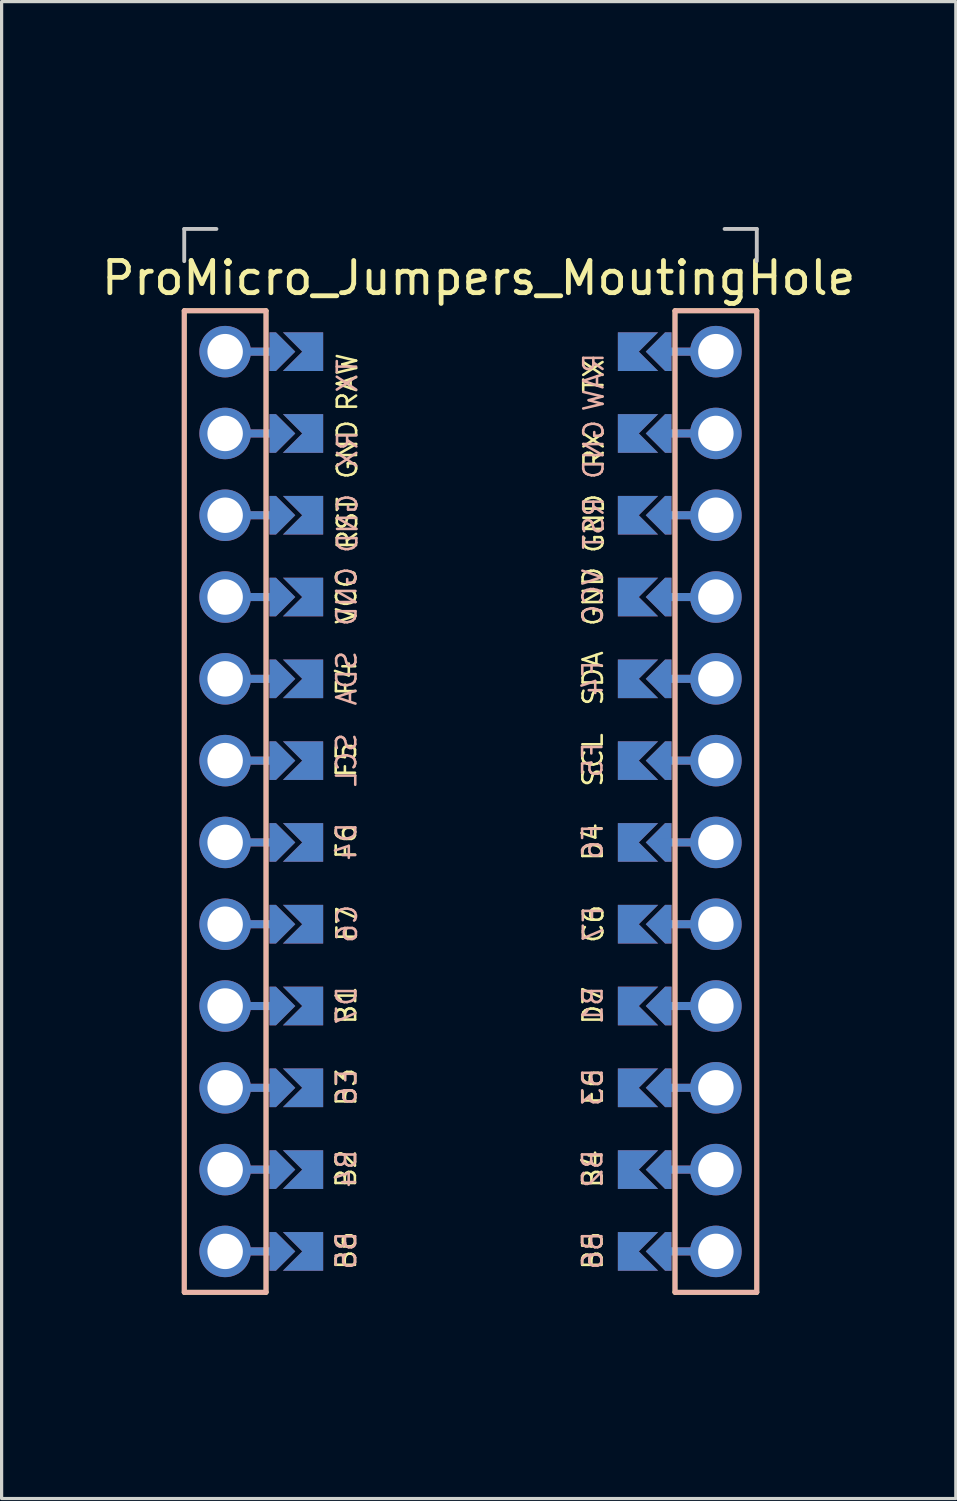
<source format=kicad_pcb>
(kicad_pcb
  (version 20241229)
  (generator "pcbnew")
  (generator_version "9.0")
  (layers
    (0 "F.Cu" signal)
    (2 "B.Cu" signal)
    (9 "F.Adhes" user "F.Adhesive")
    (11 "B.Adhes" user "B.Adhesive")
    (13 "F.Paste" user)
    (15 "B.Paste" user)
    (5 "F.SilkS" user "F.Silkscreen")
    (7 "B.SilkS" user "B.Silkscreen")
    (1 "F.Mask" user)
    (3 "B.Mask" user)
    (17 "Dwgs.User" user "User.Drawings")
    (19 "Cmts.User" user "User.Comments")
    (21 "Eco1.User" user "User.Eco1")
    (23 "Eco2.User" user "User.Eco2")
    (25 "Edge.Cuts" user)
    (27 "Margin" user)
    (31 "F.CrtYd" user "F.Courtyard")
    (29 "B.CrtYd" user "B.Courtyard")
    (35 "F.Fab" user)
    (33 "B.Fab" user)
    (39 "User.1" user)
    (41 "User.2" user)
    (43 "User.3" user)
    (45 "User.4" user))
  (footprint "ProMicro_Jumpers_MoutingHole"
    (layer "F.Cu")
    (at 11.561 21.84)
    (property "Reference" "ProMicro_Jumpers_MoutingHole" (at 0.254 -16.256 0) (layer "F.SilkS") (effects (font (size 1 1) (thickness 0.15))))
    (fp_poly (pts (xy -5.08 -14.478) (xy -5.08 -13.462) (xy -6.096 -13.462) (xy -6.096 -14.478)) (stroke (width 0.1) (type solid)) (fill yes) (layer "F.Mask"))
    (fp_poly (pts (xy -5.08 -11.938) (xy -5.08 -10.922) (xy -6.096 -10.922) (xy -6.096 -11.938)) (stroke (width 0.1) (type solid)) (fill yes) (layer "F.Mask"))
    (fp_poly (pts (xy -5.08 -9.398) (xy -5.08 -8.382) (xy -6.096 -8.382) (xy -6.096 -9.398)) (stroke (width 0.1) (type solid)) (fill yes) (layer "F.Mask"))
    (fp_poly (pts (xy -5.08 -6.858) (xy -5.08 -5.842) (xy -6.096 -5.842) (xy -6.096 -6.858)) (stroke (width 0.1) (type solid)) (fill yes) (layer "F.Mask"))
    (fp_poly (pts (xy -5.08 -4.318) (xy -5.08 -3.302) (xy -6.096 -3.302) (xy -6.096 -4.318)) (stroke (width 0.1) (type solid)) (fill yes) (layer "F.Mask"))
    (fp_poly (pts (xy -5.08 -1.778) (xy -5.08 -0.762) (xy -6.096 -0.762) (xy -6.096 -1.778)) (stroke (width 0.1) (type solid)) (fill yes) (layer "F.Mask"))
    (fp_poly (pts (xy -5.08 0.762) (xy -5.08 1.778) (xy -6.096 1.778) (xy -6.096 0.762)) (stroke (width 0.1) (type solid)) (fill yes) (layer "F.Mask"))
    (fp_poly (pts (xy -5.08 3.302) (xy -5.08 4.318) (xy -6.096 4.318) (xy -6.096 3.302)) (stroke (width 0.1) (type solid)) (fill yes) (layer "F.Mask"))
    (fp_poly (pts (xy -5.08 5.842) (xy -5.08 6.858) (xy -6.096 6.858) (xy -6.096 5.842)) (stroke (width 0.1) (type solid)) (fill yes) (layer "F.Mask"))
    (fp_poly (pts (xy -5.08 8.382) (xy -5.08 9.398) (xy -6.096 9.398) (xy -6.096 8.382)) (stroke (width 0.1) (type solid)) (fill yes) (layer "F.Mask"))
    (fp_poly (pts (xy -5.08 10.922) (xy -5.08 11.938) (xy -6.096 11.938) (xy -6.096 10.922)) (stroke (width 0.1) (type solid)) (fill yes) (layer "F.Mask"))
    (fp_poly (pts (xy -5.08 13.462) (xy -5.08 14.478) (xy -6.096 14.478) (xy -6.096 13.462)) (stroke (width 0.1) (type solid)) (fill yes) (layer "F.Mask"))
    (fp_poly (pts (xy 5.08 -13.462) (xy 5.08 -14.478) (xy 6.096 -14.478) (xy 6.096 -13.462)) (stroke (width 0.1) (type solid)) (fill yes) (layer "F.Mask"))
    (fp_poly (pts (xy 5.08 -10.922) (xy 5.08 -11.938) (xy 6.096 -11.938) (xy 6.096 -10.922)) (stroke (width 0.1) (type solid)) (fill yes) (layer "F.Mask"))
    (fp_poly (pts (xy 5.08 -8.382) (xy 5.08 -9.398) (xy 6.096 -9.398) (xy 6.096 -8.382)) (stroke (width 0.1) (type solid)) (fill yes) (layer "F.Mask"))
    (fp_poly (pts (xy 5.08 -5.842) (xy 5.08 -6.858) (xy 6.096 -6.858) (xy 6.096 -5.842)) (stroke (width 0.1) (type solid)) (fill yes) (layer "F.Mask"))
    (fp_poly (pts (xy 5.08 -3.302) (xy 5.08 -4.318) (xy 6.096 -4.318) (xy 6.096 -3.302)) (stroke (width 0.1) (type solid)) (fill yes) (layer "F.Mask"))
    (fp_poly (pts (xy 5.08 -0.762) (xy 5.08 -1.778) (xy 6.096 -1.778) (xy 6.096 -0.762)) (stroke (width 0.1) (type solid)) (fill yes) (layer "F.Mask"))
    (fp_poly (pts (xy 5.08 1.778) (xy 5.08 0.762) (xy 6.096 0.762) (xy 6.096 1.778)) (stroke (width 0.1) (type solid)) (fill yes) (layer "F.Mask"))
    (fp_poly (pts (xy 5.08 4.318) (xy 5.08 3.302) (xy 6.096 3.302) (xy 6.096 4.318)) (stroke (width 0.1) (type solid)) (fill yes) (layer "F.Mask"))
    (fp_poly (pts (xy 5.08 6.858) (xy 5.08 5.842) (xy 6.096 5.842) (xy 6.096 6.858)) (stroke (width 0.1) (type solid)) (fill yes) (layer "F.Mask"))
    (fp_poly (pts (xy 5.08 9.398) (xy 5.08 8.382) (xy 6.096 8.382) (xy 6.096 9.398)) (stroke (width 0.1) (type solid)) (fill yes) (layer "F.Mask"))
    (fp_poly (pts (xy 5.08 11.938) (xy 5.08 10.922) (xy 6.096 10.922) (xy 6.096 11.938)) (stroke (width 0.1) (type solid)) (fill yes) (layer "F.Mask"))
    (fp_poly (pts (xy 5.08 14.478) (xy 5.08 13.462) (xy 6.096 13.462) (xy 6.096 14.478)) (stroke (width 0.1) (type solid)) (fill yes) (layer "F.Mask"))
    (fp_poly (pts (xy -5.08 -14.478) (xy -5.08 -13.462) (xy -6.096 -13.462) (xy -6.096 -14.478)) (stroke (width 0.1) (type solid)) (fill yes) (layer "B.Mask"))
    (fp_poly (pts (xy -5.08 -11.938) (xy -5.08 -10.922) (xy -6.096 -10.922) (xy -6.096 -11.938)) (stroke (width 0.1) (type solid)) (fill yes) (layer "B.Mask"))
    (fp_poly (pts (xy -5.08 -9.398) (xy -5.08 -8.382) (xy -6.096 -8.382) (xy -6.096 -9.398)) (stroke (width 0.1) (type solid)) (fill yes) (layer "B.Mask"))
    (fp_poly (pts (xy -5.08 -6.858) (xy -5.08 -5.842) (xy -6.096 -5.842) (xy -6.096 -6.858)) (stroke (width 0.1) (type solid)) (fill yes) (layer "B.Mask"))
    (fp_poly (pts (xy -5.08 -4.318) (xy -5.08 -3.302) (xy -6.096 -3.302) (xy -6.096 -4.318)) (stroke (width 0.1) (type solid)) (fill yes) (layer "B.Mask"))
    (fp_poly (pts (xy -5.08 -1.778) (xy -5.08 -0.762) (xy -6.096 -0.762) (xy -6.096 -1.778)) (stroke (width 0.1) (type solid)) (fill yes) (layer "B.Mask"))
    (fp_poly (pts (xy -5.08 0.762) (xy -5.08 1.778) (xy -6.096 1.778) (xy -6.096 0.762)) (stroke (width 0.1) (type solid)) (fill yes) (layer "B.Mask"))
    (fp_poly (pts (xy -5.08 3.302) (xy -5.08 4.318) (xy -6.096 4.318) (xy -6.096 3.302)) (stroke (width 0.1) (type solid)) (fill yes) (layer "B.Mask"))
    (fp_poly (pts (xy -5.08 5.842) (xy -5.08 6.858) (xy -6.096 6.858) (xy -6.096 5.842)) (stroke (width 0.1) (type solid)) (fill yes) (layer "B.Mask"))
    (fp_poly (pts (xy -5.08 8.382) (xy -5.08 9.398) (xy -6.096 9.398) (xy -6.096 8.382)) (stroke (width 0.1) (type solid)) (fill yes) (layer "B.Mask"))
    (fp_poly (pts (xy -5.08 10.922) (xy -5.08 11.938) (xy -6.096 11.938) (xy -6.096 10.922)) (stroke (width 0.1) (type solid)) (fill yes) (layer "B.Mask"))
    (fp_poly (pts (xy -5.08 13.462) (xy -5.08 14.478) (xy -6.096 14.478) (xy -6.096 13.462)) (stroke (width 0.1) (type solid)) (fill yes) (layer "B.Mask"))
    (fp_poly (pts (xy 5.08 -13.462) (xy 5.08 -14.478) (xy 6.096 -14.478) (xy 6.096 -13.462)) (stroke (width 0.1) (type solid)) (fill yes) (layer "B.Mask"))
    (fp_poly (pts (xy 5.08 -10.922) (xy 5.08 -11.938) (xy 6.096 -11.938) (xy 6.096 -10.922)) (stroke (width 0.1) (type solid)) (fill yes) (layer "B.Mask"))
    (fp_poly (pts (xy 5.08 -8.382) (xy 5.08 -9.398) (xy 6.096 -9.398) (xy 6.096 -8.382)) (stroke (width 0.1) (type solid)) (fill yes) (layer "B.Mask"))
    (fp_poly (pts (xy 5.08 -5.842) (xy 5.08 -6.858) (xy 6.096 -6.858) (xy 6.096 -5.842)) (stroke (width 0.1) (type solid)) (fill yes) (layer "B.Mask"))
    (fp_poly (pts (xy 5.08 -3.302) (xy 5.08 -4.318) (xy 6.096 -4.318) (xy 6.096 -3.302)) (stroke (width 0.1) (type solid)) (fill yes) (layer "B.Mask"))
    (fp_poly (pts (xy 5.08 -0.762) (xy 5.08 -1.778) (xy 6.096 -1.778) (xy 6.096 -0.762)) (stroke (width 0.1) (type solid)) (fill yes) (layer "B.Mask"))
    (fp_poly (pts (xy 5.08 1.778) (xy 5.08 0.762) (xy 6.096 0.762) (xy 6.096 1.778)) (stroke (width 0.1) (type solid)) (fill yes) (layer "B.Mask"))
    (fp_poly (pts (xy 5.08 4.318) (xy 5.08 3.302) (xy 6.096 3.302) (xy 6.096 4.318)) (stroke (width 0.1) (type solid)) (fill yes) (layer "B.Mask"))
    (fp_poly (pts (xy 5.08 6.858) (xy 5.08 5.842) (xy 6.096 5.842) (xy 6.096 6.858)) (stroke (width 0.1) (type solid)) (fill yes) (layer "B.Mask"))
    (fp_poly (pts (xy 5.08 9.398) (xy 5.08 8.382) (xy 6.096 8.382) (xy 6.096 9.398)) (stroke (width 0.1) (type solid)) (fill yes) (layer "B.Mask"))
    (fp_poly (pts (xy 5.08 11.938) (xy 5.08 10.922) (xy 6.096 10.922) (xy 6.096 11.938)) (stroke (width 0.1) (type solid)) (fill yes) (layer "B.Mask"))
    (fp_poly (pts (xy 5.08 14.478) (xy 5.08 13.462) (xy 6.096 13.462) (xy 6.096 14.478)) (stroke (width 0.1) (type solid)) (fill yes) (layer "B.Mask"))
    (fp_line (start -8.89 -15.24) (end -8.89 15.24) (stroke (width 0.15) (type solid)) (layer "F.SilkS"))
    (fp_line (start -8.89 -15.24) (end -6.35 -15.24) (stroke (width 0.15) (type solid)) (layer "F.SilkS"))
    (fp_line (start -6.35 -15.24) (end -6.35 15.24) (stroke (width 0.15) (type solid)) (layer "F.SilkS"))
    (fp_line (start -6.35 15.24) (end -8.89 15.24) (stroke (width 0.15) (type solid)) (layer "F.SilkS"))
    (fp_line (start 6.35 -15.24) (end 6.35 15.24) (stroke (width 0.15) (type solid)) (layer "F.SilkS"))
    (fp_line (start 6.35 -15.24) (end 8.89 -15.24) (stroke (width 0.15) (type solid)) (layer "F.SilkS"))
    (fp_line (start 6.35 15.24) (end 8.89 15.24) (stroke (width 0.15) (type solid)) (layer "F.SilkS"))
    (fp_line (start 8.89 -15.24) (end 8.89 15.24) (stroke (width 0.15) (type solid)) (layer "F.SilkS"))
    (fp_line (start -8.89 -15.24) (end -8.89 15.24) (stroke (width 0.15) (type solid)) (layer "B.SilkS"))
    (fp_line (start -8.89 -15.24) (end -6.35 -15.24) (stroke (width 0.15) (type solid)) (layer "B.SilkS"))
    (fp_line (start -6.35 -15.24) (end -6.35 15.24) (stroke (width 0.15) (type solid)) (layer "B.SilkS"))
    (fp_line (start -6.35 15.24) (end -8.89 15.24) (stroke (width 0.15) (type solid)) (layer "B.SilkS"))
    (fp_line (start 6.35 -15.24) (end 6.35 15.24) (stroke (width 0.15) (type solid)) (layer "B.SilkS"))
    (fp_line (start 6.35 -15.24) (end 8.89 -15.24) (stroke (width 0.15) (type solid)) (layer "B.SilkS"))
    (fp_line (start 6.35 15.24) (end 8.89 15.24) (stroke (width 0.15) (type solid)) (layer "B.SilkS"))
    (fp_line (start 8.89 -15.24) (end 8.89 15.24) (stroke (width 0.15) (type solid)) (layer "B.SilkS"))
    (fp_line (start -8.89 -17.78) (end -8.89 -16.78) (stroke (width 0.12) (type solid)) (layer "Dwgs.User"))
    (fp_line (start -8.89 -17.78) (end -7.89 -17.78) (stroke (width 0.12) (type solid)) (layer "Dwgs.User"))
    (fp_line (start 8.89 -17.78) (end 7.89 -17.78) (stroke (width 0.12) (type solid)) (layer "Dwgs.User"))
    (fp_line (start 8.89 -17.78) (end 8.89 -16.78) (stroke (width 0.12) (type solid)) (layer "Dwgs.User"))
    (fp_rect (start -8.89 -21.78) (end 8.89 18.585) (stroke (width 0.12) (type solid)) (fill no) (layer "Eco1.User"))
    (fp_circle (center -7.62 -13.97) (end -6.82 -13.97) (stroke (width 0.12) (type solid)) (fill no) (layer "Eco1.User"))
    (fp_circle (center -7.62 -11.43) (end -6.82 -11.43) (stroke (width 0.12) (type solid)) (fill no) (layer "Eco1.User"))
    (fp_circle (center -7.62 -8.89) (end -6.82 -8.89) (stroke (width 0.12) (type solid)) (fill no) (layer "Eco1.User"))
    (fp_circle (center -7.62 -6.35) (end -6.82 -6.35) (stroke (width 0.12) (type solid)) (fill no) (layer "Eco1.User"))
    (fp_circle (center -7.62 -3.81) (end -6.82 -3.81) (stroke (width 0.12) (type solid)) (fill no) (layer "Eco1.User"))
    (fp_circle (center -7.62 -1.27) (end -6.82 -1.27) (stroke (width 0.12) (type solid)) (fill no) (layer "Eco1.User"))
    (fp_circle (center -7.62 1.27) (end -6.82 1.27) (stroke (width 0.12) (type solid)) (fill no) (layer "Eco1.User"))
    (fp_circle (center -7.62 3.81) (end -6.82 3.81) (stroke (width 0.12) (type solid)) (fill no) (layer "Eco1.User"))
    (fp_circle (center -7.62 6.35) (end -6.82 6.35) (stroke (width 0.12) (type solid)) (fill no) (layer "Eco1.User"))
    (fp_circle (center -7.62 8.89) (end -6.82 8.89) (stroke (width 0.12) (type solid)) (fill no) (layer "Eco1.User"))
    (fp_circle (center -7.62 11.43) (end -6.82 11.43) (stroke (width 0.12) (type solid)) (fill no) (layer "Eco1.User"))
    (fp_circle (center -7.62 13.97) (end -6.82 13.97) (stroke (width 0.12) (type solid)) (fill no) (layer "Eco1.User"))
    (fp_circle (center -6.79 -19.48) (end -5.69 -19.48) (stroke (width 0.12) (type solid)) (fill no) (layer "Eco1.User"))
    (fp_circle (center -6.79 -19.48) (end -5.29 -19.48) (stroke (width 0.12) (type solid)) (fill no) (layer "Eco1.User"))
    (fp_circle (center 0 16.24) (end 1.1 16.24) (stroke (width 0.12) (type solid)) (fill no) (layer "Eco1.User"))
    (fp_circle (center 0 16.24) (end 1.5 16.24) (stroke (width 0.12) (type solid)) (fill no) (layer "Eco1.User"))
    (fp_circle (center 6.79 -19.48) (end 7.89 -19.48) (stroke (width 0.12) (type solid)) (fill no) (layer "Eco1.User"))
    (fp_circle (center 6.79 -19.48) (end 8.29 -19.48) (stroke (width 0.12) (type solid)) (fill no) (layer "Eco1.User"))
    (fp_circle (center 7.62 -13.97) (end 8.42 -13.97) (stroke (width 0.12) (type solid)) (fill no) (layer "Eco1.User"))
    (fp_circle (center 7.62 -11.43) (end 8.42 -11.43) (stroke (width 0.12) (type solid)) (fill no) (layer "Eco1.User"))
    (fp_circle (center 7.62 -8.89) (end 8.42 -8.89) (stroke (width 0.12) (type solid)) (fill no) (layer "Eco1.User"))
    (fp_circle (center 7.62 -6.35) (end 8.42 -6.35) (stroke (width 0.12) (type solid)) (fill no) (layer "Eco1.User"))
    (fp_circle (center 7.62 -3.81) (end 8.42 -3.81) (stroke (width 0.12) (type solid)) (fill no) (layer "Eco1.User"))
    (fp_circle (center 7.62 -1.27) (end 8.42 -1.27) (stroke (width 0.12) (type solid)) (fill no) (layer "Eco1.User"))
    (fp_circle (center 7.62 1.27) (end 8.42 1.27) (stroke (width 0.12) (type solid)) (fill no) (layer "Eco1.User"))
    (fp_circle (center 7.62 3.81) (end 8.42 3.81) (stroke (width 0.12) (type solid)) (fill no) (layer "Eco1.User"))
    (fp_circle (center 7.62 6.35) (end 8.42 6.35) (stroke (width 0.12) (type solid)) (fill no) (layer "Eco1.User"))
    (fp_circle (center 7.62 8.89) (end 8.42 8.89) (stroke (width 0.12) (type solid)) (fill no) (layer "Eco1.User"))
    (fp_circle (center 7.62 11.43) (end 8.42 11.43) (stroke (width 0.12) (type solid)) (fill no) (layer "Eco1.User"))
    (fp_circle (center 7.62 13.97) (end 8.42 13.97) (stroke (width 0.12) (type solid)) (fill no) (layer "Eco1.User"))
    (fp_text user "RAW" (at -3.826 -13.02 90) (layer "F.SilkS") (effects (font (size 0.6 0.6) (thickness 0.08))))
    (fp_text user "F5" (at -3.86 -1.294 90) (layer "F.SilkS") (effects (font (size 0.6 0.6) (thickness 0.08))))
    (fp_text user "D4" (at 3.799 1.248 90) (layer "F.SilkS") (effects (font (size 0.6 0.6) (thickness 0.08))))
    (fp_text user "D7" (at 3.802 6.329 90) (layer "F.SilkS") (effects (font (size 0.6 0.6) (thickness 0.08))))
    (fp_text user "F4" (at -3.853 -3.829 90) (layer "F.SilkS") (effects (font (size 0.6 0.6) (thickness 0.08))))
    (fp_text user "GND" (at -3.826 -10.93 90) (layer "F.SilkS") (effects (font (size 0.6 0.6) (thickness 0.08))))
    (fp_text user "B1" (at -3.857 6.327 90) (layer "F.SilkS") (effects (font (size 0.6 0.6) (thickness 0.08))))
    (fp_text user "RST" (at -3.826 -8.64 90) (layer "F.SilkS") (effects (font (size 0.6 0.6) (thickness 0.08))))
    (fp_text user "B6" (at -3.864 13.942 90) (layer "F.SilkS") (effects (font (size 0.6 0.6) (thickness 0.08))))
    (fp_text user "B5" (at 3.795 13.944 90) (layer "F.SilkS") (effects (font (size 0.6 0.6) (thickness 0.08))))
    (fp_text user "B4" (at 3.795 11.404 90) (layer "F.SilkS") (effects (font (size 0.6 0.6) (thickness 0.08))))
    (fp_text user "F7" (at -3.839 3.797 90) (layer "F.SilkS") (effects (font (size 0.6 0.6) (thickness 0.08))))
    (fp_text user "TX" (at 3.826 -13.22 90) (layer "F.SilkS") (effects (font (size 0.6 0.6) (thickness 0.08))))
    (fp_text user "SCL" (at 3.799 -1.292 90) (layer "F.SilkS") (effects (font (size 0.6 0.6) (thickness 0.08))))
    (fp_text user "GND" (at 3.806 -6.367 90) (layer "F.SilkS") (effects (font (size 0.6 0.6) (thickness 0.08))))
    (fp_text user "B2" (at -3.864 11.402 90) (layer "F.SilkS") (effects (font (size 0.6 0.6) (thickness 0.08))))
    (fp_text user "F6" (at -3.86 1.246 90) (layer "F.SilkS") (effects (font (size 0.6 0.6) (thickness 0.08))))
    (fp_text user "E6" (at 3.802 8.869 90) (layer "F.SilkS") (effects (font (size 0.6 0.6) (thickness 0.08))))
    (fp_text user "SDA" (at 3.806 -3.827 90) (layer "F.SilkS") (effects (font (size 0.6 0.6) (thickness 0.08))))
    (fp_text user "B3" (at -3.857 8.867 90) (layer "F.SilkS") (effects (font (size 0.6 0.6) (thickness 0.08))))
    (fp_text user "C6" (at 3.82 3.798 90) (layer "F.SilkS") (effects (font (size 0.6 0.6) (thickness 0.08))))
    (fp_text user "GND" (at 3.833 -8.638 90) (layer "F.SilkS") (effects (font (size 0.6 0.6) (thickness 0.08))))
    (fp_text user "VCC" (at -3.853 -6.369 90) (layer "F.SilkS") (effects (font (size 0.6 0.6) (thickness 0.08))))
    (fp_text user "RX" (at 3.833 -10.928 90) (layer "F.SilkS") (effects (font (size 0.6 0.6) (thickness 0.08))))
    (fp_text user "F4" (at 3.799 -3.829 90) (layer "B.SilkS") (effects (font (size 0.6 0.6) (thickness 0.08)) (justify mirror)))
    (fp_text user "F6" (at 3.792 1.246 90) (layer "B.SilkS") (effects (font (size 0.6 0.6) (thickness 0.08)) (justify mirror)))
    (fp_text user "D4" (at -3.853 1.248 90) (layer "B.SilkS") (effects (font (size 0.6 0.6) (thickness 0.08)) (justify mirror)))
    (fp_text user "VCC" (at 3.799 -6.369 90) (layer "B.SilkS") (effects (font (size 0.6 0.6) (thickness 0.08)) (justify mirror)))
    (fp_text user "B5" (at -3.857 13.944 90) (layer "B.SilkS") (effects (font (size 0.6 0.6) (thickness 0.08)) (justify mirror)))
    (fp_text user "F5" (at 3.792 -1.294 90) (layer "B.SilkS") (effects (font (size 0.6 0.6) (thickness 0.08)) (justify mirror)))
    (fp_text user "B4" (at -3.857 11.404 90) (layer "B.SilkS") (effects (font (size 0.6 0.6) (thickness 0.08)) (justify mirror)))
    (fp_text user "B2" (at 3.788 11.402 90) (layer "B.SilkS") (effects (font (size 0.6 0.6) (thickness 0.08)) (justify mirror)))
    (fp_text user "RX" (at -3.819 -10.928 90) (layer "B.SilkS") (effects (font (size 0.6 0.6) (thickness 0.08)) (justify mirror)))
    (fp_text user "B1" (at 3.795 6.327 90) (layer "B.SilkS") (effects (font (size 0.6 0.6) (thickness 0.08)) (justify mirror)))
    (fp_text user "D7" (at -3.85 6.329 90) (layer "B.SilkS") (effects (font (size 0.6 0.6) (thickness 0.08)) (justify mirror)))
    (fp_text user "F7" (at 3.813 3.797 90) (layer "B.SilkS") (effects (font (size 0.6 0.6) (thickness 0.08)) (justify mirror)))
    (fp_text user "GND" (at 3.826 -10.93 90) (layer "B.SilkS") (effects (font (size 0.6 0.6) (thickness 0.08)) (justify mirror)))
    (fp_text user "C6" (at -3.832 3.798 90) (layer "B.SilkS") (effects (font (size 0.6 0.6) (thickness 0.08)) (justify mirror)))
    (fp_text user "RAW" (at 3.826 -13.02 90) (layer "B.SilkS") (effects (font (size 0.6 0.6) (thickness 0.08)) (justify mirror)))
    (fp_text user "RST" (at 3.826 -8.64 90) (layer "B.SilkS") (effects (font (size 0.6 0.6) (thickness 0.08)) (justify mirror)))
    (fp_text user "B6" (at 3.788 13.942 90) (layer "B.SilkS") (effects (font (size 0.6 0.6) (thickness 0.08)) (justify mirror)))
    (fp_text user "E6" (at -3.85 8.869 90) (layer "B.SilkS") (effects (font (size 0.6 0.6) (thickness 0.08)) (justify mirror)))
    (fp_text user "SDA" (at -3.846 -3.827 90) (layer "B.SilkS") (effects (font (size 0.6 0.6) (thickness 0.08)) (justify mirror)))
    (fp_text user "B3" (at 3.795 8.867 90) (layer "B.SilkS") (effects (font (size 0.6 0.6) (thickness 0.08)) (justify mirror)))
    (fp_text user "GND" (at -3.846 -6.367 90) (layer "B.SilkS") (effects (font (size 0.6 0.6) (thickness 0.08)) (justify mirror)))
    (fp_text user "TX" (at -3.826 -13.22 90) (layer "B.SilkS") (effects (font (size 0.6 0.6) (thickness 0.08)) (justify mirror)))
    (fp_text user "GND" (at -3.819 -8.638 90) (layer "B.SilkS") (effects (font (size 0.6 0.6) (thickness 0.08)) (justify mirror)))
    (fp_text user "SCL" (at -3.853 -1.292 90) (layer "B.SilkS") (effects (font (size 0.6 0.6) (thickness 0.08)) (justify mirror)))
    (pad "" thru_hole circle (at -7.62 -13.97 270) (size 1.6 1.6) (drill 1.1) (layers "*.Cu" "*.Mask"))
    (pad "" thru_hole circle (at -7.62 -11.43 270) (size 1.6 1.6) (drill 1.1) (layers "*.Cu" "*.Mask"))
    (pad "" thru_hole circle (at -7.62 -8.89 270) (size 1.6 1.6) (drill 1.1) (layers "*.Cu" "*.Mask"))
    (pad "" thru_hole circle (at -7.62 -6.35 270) (size 1.6 1.6) (drill 1.1) (layers "*.Cu" "*.Mask"))
    (pad "" thru_hole circle (at -7.62 -3.81 270) (size 1.6 1.6) (drill 1.1) (layers "*.Cu" "*.Mask"))
    (pad "" thru_hole circle (at -7.62 -1.27 270) (size 1.6 1.6) (drill 1.1) (layers "*.Cu" "*.Mask"))
    (pad "" thru_hole circle (at -7.62 1.27 270) (size 1.6 1.6) (drill 1.1) (layers "*.Cu" "*.Mask"))
    (pad "" thru_hole circle (at -7.62 3.81 270) (size 1.6 1.6) (drill 1.1) (layers "*.Cu" "*.Mask"))
    (pad "" thru_hole circle (at -7.62 6.35 270) (size 1.6 1.6) (drill 1.1) (layers "*.Cu" "*.Mask"))
    (pad "" thru_hole circle (at -7.62 8.89 270) (size 1.6 1.6) (drill 1.1) (layers "*.Cu" "*.Mask"))
    (pad "" thru_hole circle (at -7.62 11.43 270) (size 1.6 1.6) (drill 1.1) (layers "*.Cu" "*.Mask"))
    (pad "" thru_hole circle (at -7.62 13.97 270) (size 1.6 1.6) (drill 1.1) (layers "*.Cu" "*.Mask"))
    (pad "" smd custom (at -6.35 -13.97 90) (size 0.25 1) (layers "F.Cu") (options (anchor rect)) (primitives))
    (pad "" smd custom (at -6.35 -13.97 90) (size 0.25 1) (layers "B.Cu") (options (anchor rect)) (primitives))
    (pad "" smd custom (at -6.35 -11.43 90) (size 0.25 1) (layers "F.Cu") (options (anchor rect)) (primitives))
    (pad "" smd custom (at -6.35 -11.43 90) (size 0.25 1) (layers "B.Cu") (options (anchor rect)) (primitives))
    (pad "" smd custom (at -6.35 -8.89 90) (size 0.25 1) (layers "F.Cu") (options (anchor rect)) (primitives))
    (pad "" smd custom (at -6.35 -8.89 90) (size 0.25 1) (layers "B.Cu") (options (anchor rect)) (primitives))
    (pad "" smd custom (at -6.35 -6.35 90) (size 0.25 1) (layers "F.Cu") (options (anchor rect)) (primitives))
    (pad "" smd custom (at -6.35 -6.35 90) (size 0.25 1) (layers "B.Cu") (options (anchor rect)) (primitives))
    (pad "" smd custom (at -6.35 -3.81 90) (size 0.25 1) (layers "F.Cu") (options (anchor rect)) (primitives))
    (pad "" smd custom (at -6.35 -3.81 90) (size 0.25 1) (layers "B.Cu") (options (anchor rect)) (primitives))
    (pad "" smd custom (at -6.35 -1.27 90) (size 0.25 1) (layers "F.Cu") (options (anchor rect)) (primitives))
    (pad "" smd custom (at -6.35 -1.27 90) (size 0.25 1) (layers "B.Cu") (options (anchor rect)) (primitives))
    (pad "" smd custom (at -6.35 1.27 90) (size 0.25 1) (layers "F.Cu") (options (anchor rect)) (primitives))
    (pad "" smd custom (at -6.35 1.27 90) (size 0.25 1) (layers "B.Cu") (options (anchor rect)) (primitives))
    (pad "" smd custom (at -6.35 3.81 90) (size 0.25 1) (layers "F.Cu") (options (anchor rect)) (primitives))
    (pad "" smd custom (at -6.35 3.81 90) (size 0.25 1) (layers "B.Cu") (options (anchor rect)) (primitives))
    (pad "" smd custom (at -6.35 6.35 90) (size 0.25 1) (layers "F.Cu") (options (anchor rect)) (primitives))
    (pad "" smd custom (at -6.35 6.35 90) (size 0.25 1) (layers "B.Cu") (options (anchor rect)) (primitives))
    (pad "" smd custom (at -6.35 8.89 90) (size 0.25 1) (layers "F.Cu") (options (anchor rect)) (primitives))
    (pad "" smd custom (at -6.35 8.89 90) (size 0.25 1) (layers "B.Cu") (options (anchor rect)) (primitives))
    (pad "" smd custom (at -6.35 11.43 90) (size 0.25 1) (layers "F.Cu") (options (anchor rect)) (primitives))
    (pad "" smd custom (at -6.35 11.43 90) (size 0.25 1) (layers "B.Cu") (options (anchor rect)) (primitives))
    (pad "" smd custom (at -6.35 13.97 90) (size 0.25 1) (layers "F.Cu") (options (anchor rect)) (primitives))
    (pad "" smd custom (at -6.35 13.97 90) (size 0.25 1) (layers "B.Cu") (options (anchor rect)) (primitives))
    (pad "" smd custom (at -5.842 -13.97 90) (size 0.1 0.1) (layers "F.Cu" "F.Mask") (options (anchor rect)) (primitives (gr_poly (pts (xy 0.6 -0.2) (xy 0 0.4) (xy -0.6 -0.2) (xy -0.6 -0.4) (xy 0.6 -0.4)) (width 0) (fill yes))))
    (pad "" smd custom (at -5.842 -13.97 90) (size 0.1 0.1) (layers "B.Cu" "B.Mask") (options (anchor rect)) (primitives (gr_poly (pts (xy 0.6 -0.2) (xy 0 0.4) (xy -0.6 -0.2) (xy -0.6 -0.4) (xy 0.6 -0.4)) (width 0) (fill yes))))
    (pad "" smd custom (at -5.842 -11.43 90) (size 0.1 0.1) (layers "F.Cu" "F.Mask") (options (anchor rect)) (primitives (gr_poly (pts (xy 0.6 -0.2) (xy 0 0.4) (xy -0.6 -0.2) (xy -0.6 -0.4) (xy 0.6 -0.4)) (width 0) (fill yes))))
    (pad "" smd custom (at -5.842 -11.43 90) (size 0.1 0.1) (layers "B.Cu" "B.Mask") (options (anchor rect)) (primitives (gr_poly (pts (xy 0.6 -0.2) (xy 0 0.4) (xy -0.6 -0.2) (xy -0.6 -0.4) (xy 0.6 -0.4)) (width 0) (fill yes))))
    (pad "" smd custom (at -5.842 -8.89 90) (size 0.1 0.1) (layers "F.Cu" "F.Mask") (options (anchor rect)) (primitives (gr_poly (pts (xy 0.6 -0.2) (xy 0 0.4) (xy -0.6 -0.2) (xy -0.6 -0.4) (xy 0.6 -0.4)) (width 0) (fill yes))))
    (pad "" smd custom (at -5.842 -8.89 90) (size 0.1 0.1) (layers "B.Cu" "B.Mask") (options (anchor rect)) (primitives (gr_poly (pts (xy 0.6 -0.2) (xy 0 0.4) (xy -0.6 -0.2) (xy -0.6 -0.4) (xy 0.6 -0.4)) (width 0) (fill yes))))
    (pad "" smd custom (at -5.842 -6.35 90) (size 0.1 0.1) (layers "F.Cu" "F.Mask") (options (anchor rect)) (primitives (gr_poly (pts (xy 0.6 -0.2) (xy 0 0.4) (xy -0.6 -0.2) (xy -0.6 -0.4) (xy 0.6 -0.4)) (width 0) (fill yes))))
    (pad "" smd custom (at -5.842 -6.35 90) (size 0.1 0.1) (layers "B.Cu" "B.Mask") (options (anchor rect)) (primitives (gr_poly (pts (xy 0.6 -0.2) (xy 0 0.4) (xy -0.6 -0.2) (xy -0.6 -0.4) (xy 0.6 -0.4)) (width 0) (fill yes))))
    (pad "" smd custom (at -5.842 -3.81 90) (size 0.1 0.1) (layers "F.Cu" "F.Mask") (options (anchor rect)) (primitives (gr_poly (pts (xy 0.6 -0.2) (xy 0 0.4) (xy -0.6 -0.2) (xy -0.6 -0.4) (xy 0.6 -0.4)) (width 0) (fill yes))))
    (pad "" smd custom (at -5.842 -3.81 90) (size 0.1 0.1) (layers "B.Cu" "B.Mask") (options (anchor rect)) (primitives (gr_poly (pts (xy 0.6 -0.2) (xy 0 0.4) (xy -0.6 -0.2) (xy -0.6 -0.4) (xy 0.6 -0.4)) (width 0) (fill yes))))
    (pad "" smd custom (at -5.842 -1.27 90) (size 0.1 0.1) (layers "F.Cu" "F.Mask") (options (anchor rect)) (primitives (gr_poly (pts (xy 0.6 -0.2) (xy 0 0.4) (xy -0.6 -0.2) (xy -0.6 -0.4) (xy 0.6 -0.4)) (width 0) (fill yes))))
    (pad "" smd custom (at -5.842 -1.27 90) (size 0.1 0.1) (layers "B.Cu" "B.Mask") (options (anchor rect)) (primitives (gr_poly (pts (xy 0.6 -0.2) (xy 0 0.4) (xy -0.6 -0.2) (xy -0.6 -0.4) (xy 0.6 -0.4)) (width 0) (fill yes))))
    (pad "" smd custom (at -5.842 1.27 90) (size 0.1 0.1) (layers "F.Cu" "F.Mask") (options (anchor rect)) (primitives (gr_poly (pts (xy 0.6 -0.2) (xy 0 0.4) (xy -0.6 -0.2) (xy -0.6 -0.4) (xy 0.6 -0.4)) (width 0) (fill yes))))
    (pad "" smd custom (at -5.842 1.27 90) (size 0.1 0.1) (layers "B.Cu" "B.Mask") (options (anchor rect)) (primitives (gr_poly (pts (xy 0.6 -0.2) (xy 0 0.4) (xy -0.6 -0.2) (xy -0.6 -0.4) (xy 0.6 -0.4)) (width 0) (fill yes))))
    (pad "" smd custom (at -5.842 3.81 90) (size 0.1 0.1) (layers "F.Cu" "F.Mask") (options (anchor rect)) (primitives (gr_poly (pts (xy 0.6 -0.2) (xy 0 0.4) (xy -0.6 -0.2) (xy -0.6 -0.4) (xy 0.6 -0.4)) (width 0) (fill yes))))
    (pad "" smd custom (at -5.842 3.81 90) (size 0.1 0.1) (layers "B.Cu" "B.Mask") (options (anchor rect)) (primitives (gr_poly (pts (xy 0.6 -0.2) (xy 0 0.4) (xy -0.6 -0.2) (xy -0.6 -0.4) (xy 0.6 -0.4)) (width 0) (fill yes))))
    (pad "" smd custom (at -5.842 6.35 90) (size 0.1 0.1) (layers "F.Cu" "F.Mask") (options (anchor rect)) (primitives (gr_poly (pts (xy 0.6 -0.2) (xy 0 0.4) (xy -0.6 -0.2) (xy -0.6 -0.4) (xy 0.6 -0.4)) (width 0) (fill yes))))
    (pad "" smd custom (at -5.842 6.35 90) (size 0.1 0.1) (layers "B.Cu" "B.Mask") (options (anchor rect)) (primitives (gr_poly (pts (xy 0.6 -0.2) (xy 0 0.4) (xy -0.6 -0.2) (xy -0.6 -0.4) (xy 0.6 -0.4)) (width 0) (fill yes))))
    (pad "" smd custom (at -5.842 8.89 90) (size 0.1 0.1) (layers "F.Cu" "F.Mask") (options (anchor rect)) (primitives (gr_poly (pts (xy 0.6 -0.2) (xy 0 0.4) (xy -0.6 -0.2) (xy -0.6 -0.4) (xy 0.6 -0.4)) (width 0) (fill yes))))
    (pad "" smd custom (at -5.842 8.89 90) (size 0.1 0.1) (layers "B.Cu" "B.Mask") (options (anchor rect)) (primitives (gr_poly (pts (xy 0.6 -0.2) (xy 0 0.4) (xy -0.6 -0.2) (xy -0.6 -0.4) (xy 0.6 -0.4)) (width 0) (fill yes))))
    (pad "" smd custom (at -5.842 11.43 90) (size 0.1 0.1) (layers "F.Cu" "F.Mask") (options (anchor rect)) (primitives (gr_poly (pts (xy 0.6 -0.2) (xy 0 0.4) (xy -0.6 -0.2) (xy -0.6 -0.4) (xy 0.6 -0.4)) (width 0) (fill yes))))
    (pad "" smd custom (at -5.842 11.43 90) (size 0.1 0.1) (layers "B.Cu" "B.Mask") (options (anchor rect)) (primitives (gr_poly (pts (xy 0.6 -0.2) (xy 0 0.4) (xy -0.6 -0.2) (xy -0.6 -0.4) (xy 0.6 -0.4)) (width 0) (fill yes))))
    (pad "" smd custom (at -5.842 13.97 90) (size 0.1 0.1) (layers "F.Cu" "F.Mask") (options (anchor rect)) (primitives (gr_poly (pts (xy 0.6 -0.2) (xy 0 0.4) (xy -0.6 -0.2) (xy -0.6 -0.4) (xy 0.6 -0.4)) (width 0) (fill yes))))
    (pad "" smd custom (at -5.842 13.97 90) (size 0.1 0.1) (layers "B.Cu" "B.Mask") (options (anchor rect)) (primitives (gr_poly (pts (xy 0.6 -0.2) (xy 0 0.4) (xy -0.6 -0.2) (xy -0.6 -0.4) (xy 0.6 -0.4)) (width 0) (fill yes))))
    (pad "" smd custom (at 5.842 -13.97 270) (size 0.1 0.1) (layers "F.Cu" "F.Mask") (options (anchor rect)) (primitives (gr_poly (pts (xy 0.6 -0.2) (xy 0 0.4) (xy -0.6 -0.2) (xy -0.6 -0.4) (xy 0.6 -0.4)) (width 0) (fill yes))))
    (pad "" smd custom (at 5.842 -13.97 270) (size 0.1 0.1) (layers "B.Cu" "B.Mask") (options (anchor rect)) (primitives (gr_poly (pts (xy 0.6 -0.2) (xy 0 0.4) (xy -0.6 -0.2) (xy -0.6 -0.4) (xy 0.6 -0.4)) (width 0) (fill yes))))
    (pad "" smd custom (at 5.842 -11.43 270) (size 0.1 0.1) (layers "F.Cu" "F.Mask") (options (anchor rect)) (primitives (gr_poly (pts (xy 0.6 -0.2) (xy 0 0.4) (xy -0.6 -0.2) (xy -0.6 -0.4) (xy 0.6 -0.4)) (width 0) (fill yes))))
    (pad "" smd custom (at 5.842 -11.43 270) (size 0.1 0.1) (layers "B.Cu" "B.Mask") (options (anchor rect)) (primitives (gr_poly (pts (xy 0.6 -0.2) (xy 0 0.4) (xy -0.6 -0.2) (xy -0.6 -0.4) (xy 0.6 -0.4)) (width 0) (fill yes))))
    (pad "" smd custom (at 5.842 -8.89 270) (size 0.1 0.1) (layers "F.Cu" "F.Mask") (options (anchor rect)) (primitives (gr_poly (pts (xy 0.6 -0.2) (xy 0 0.4) (xy -0.6 -0.2) (xy -0.6 -0.4) (xy 0.6 -0.4)) (width 0) (fill yes))))
    (pad "" smd custom (at 5.842 -8.89 270) (size 0.1 0.1) (layers "B.Cu" "B.Mask") (options (anchor rect)) (primitives (gr_poly (pts (xy 0.6 -0.2) (xy 0 0.4) (xy -0.6 -0.2) (xy -0.6 -0.4) (xy 0.6 -0.4)) (width 0) (fill yes))))
    (pad "" smd custom (at 5.842 -6.35 270) (size 0.1 0.1) (layers "F.Cu" "F.Mask") (options (anchor rect)) (primitives (gr_poly (pts (xy 0.6 -0.2) (xy 0 0.4) (xy -0.6 -0.2) (xy -0.6 -0.4) (xy 0.6 -0.4)) (width 0) (fill yes))))
    (pad "" smd custom (at 5.842 -6.35 270) (size 0.1 0.1) (layers "B.Cu" "B.Mask") (options (anchor rect)) (primitives (gr_poly (pts (xy 0.6 -0.2) (xy 0 0.4) (xy -0.6 -0.2) (xy -0.6 -0.4) (xy 0.6 -0.4)) (width 0) (fill yes))))
    (pad "" smd custom (at 5.842 -3.81 270) (size 0.1 0.1) (layers "F.Cu" "F.Mask") (options (anchor rect)) (primitives (gr_poly (pts (xy 0.6 -0.2) (xy 0 0.4) (xy -0.6 -0.2) (xy -0.6 -0.4) (xy 0.6 -0.4)) (width 0) (fill yes))))
    (pad "" smd custom (at 5.842 -3.81 270) (size 0.1 0.1) (layers "B.Cu" "B.Mask") (options (anchor rect)) (primitives (gr_poly (pts (xy 0.6 -0.2) (xy 0 0.4) (xy -0.6 -0.2) (xy -0.6 -0.4) (xy 0.6 -0.4)) (width 0) (fill yes))))
    (pad "" smd custom (at 5.842 -1.27 270) (size 0.1 0.1) (layers "F.Cu" "F.Mask") (options (anchor rect)) (primitives (gr_poly (pts (xy 0.6 -0.2) (xy 0 0.4) (xy -0.6 -0.2) (xy -0.6 -0.4) (xy 0.6 -0.4)) (width 0) (fill yes))))
    (pad "" smd custom (at 5.842 -1.27 270) (size 0.1 0.1) (layers "B.Cu" "B.Mask") (options (anchor rect)) (primitives (gr_poly (pts (xy 0.6 -0.2) (xy 0 0.4) (xy -0.6 -0.2) (xy -0.6 -0.4) (xy 0.6 -0.4)) (width 0) (fill yes))))
    (pad "" smd custom (at 5.842 1.27 270) (size 0.1 0.1) (layers "F.Cu" "F.Mask") (options (anchor rect)) (primitives (gr_poly (pts (xy 0.6 -0.2) (xy 0 0.4) (xy -0.6 -0.2) (xy -0.6 -0.4) (xy 0.6 -0.4)) (width 0) (fill yes))))
    (pad "" smd custom (at 5.842 1.27 270) (size 0.1 0.1) (layers "B.Cu" "B.Mask") (options (anchor rect)) (primitives (gr_poly (pts (xy 0.6 -0.2) (xy 0 0.4) (xy -0.6 -0.2) (xy -0.6 -0.4) (xy 0.6 -0.4)) (width 0) (fill yes))))
    (pad "" smd custom (at 5.842 3.81 270) (size 0.1 0.1) (layers "F.Cu" "F.Mask") (options (anchor rect)) (primitives (gr_poly (pts (xy 0.6 -0.2) (xy 0 0.4) (xy -0.6 -0.2) (xy -0.6 -0.4) (xy 0.6 -0.4)) (width 0) (fill yes))))
    (pad "" smd custom (at 5.842 3.81 270) (size 0.1 0.1) (layers "B.Cu" "B.Mask") (options (anchor rect)) (primitives (gr_poly (pts (xy 0.6 -0.2) (xy 0 0.4) (xy -0.6 -0.2) (xy -0.6 -0.4) (xy 0.6 -0.4)) (width 0) (fill yes))))
    (pad "" smd custom (at 5.842 6.35 270) (size 0.1 0.1) (layers "F.Cu" "F.Mask") (options (anchor rect)) (primitives (gr_poly (pts (xy 0.6 -0.2) (xy 0 0.4) (xy -0.6 -0.2) (xy -0.6 -0.4) (xy 0.6 -0.4)) (width 0) (fill yes))))
    (pad "" smd custom (at 5.842 6.35 270) (size 0.1 0.1) (layers "B.Cu" "B.Mask") (options (anchor rect)) (primitives (gr_poly (pts (xy 0.6 -0.2) (xy 0 0.4) (xy -0.6 -0.2) (xy -0.6 -0.4) (xy 0.6 -0.4)) (width 0) (fill yes))))
    (pad "" smd custom (at 5.842 8.89 270) (size 0.1 0.1) (layers "F.Cu" "F.Mask") (options (anchor rect)) (primitives (gr_poly (pts (xy 0.6 -0.2) (xy 0 0.4) (xy -0.6 -0.2) (xy -0.6 -0.4) (xy 0.6 -0.4)) (width 0) (fill yes))))
    (pad "" smd custom (at 5.842 8.89 270) (size 0.1 0.1) (layers "B.Cu" "B.Mask") (options (anchor rect)) (primitives (gr_poly (pts (xy 0.6 -0.2) (xy 0 0.4) (xy -0.6 -0.2) (xy -0.6 -0.4) (xy 0.6 -0.4)) (width 0) (fill yes))))
    (pad "" smd custom (at 5.842 11.43 270) (size 0.1 0.1) (layers "F.Cu" "F.Mask") (options (anchor rect)) (primitives (gr_poly (pts (xy 0.6 -0.2) (xy 0 0.4) (xy -0.6 -0.2) (xy -0.6 -0.4) (xy 0.6 -0.4)) (width 0) (fill yes))))
    (pad "" smd custom (at 5.842 11.43 270) (size 0.1 0.1) (layers "B.Cu" "B.Mask") (options (anchor rect)) (primitives (gr_poly (pts (xy 0.6 -0.2) (xy 0 0.4) (xy -0.6 -0.2) (xy -0.6 -0.4) (xy 0.6 -0.4)) (width 0) (fill yes))))
    (pad "" smd custom (at 5.842 13.97 270) (size 0.1 0.1) (layers "F.Cu" "F.Mask") (options (anchor rect)) (primitives (gr_poly (pts (xy 0.6 -0.2) (xy 0 0.4) (xy -0.6 -0.2) (xy -0.6 -0.4) (xy 0.6 -0.4)) (width 0) (fill yes))))
    (pad "" smd custom (at 5.842 13.97 270) (size 0.1 0.1) (layers "B.Cu" "B.Mask") (options (anchor rect)) (primitives (gr_poly (pts (xy 0.6 -0.2) (xy 0 0.4) (xy -0.6 -0.2) (xy -0.6 -0.4) (xy 0.6 -0.4)) (width 0) (fill yes))))
    (pad "" smd custom (at 6.35 -13.97 270) (size 0.25 1) (layers "F.Cu") (options (anchor rect)) (primitives))
    (pad "" smd custom (at 6.35 -13.97 270) (size 0.25 1) (layers "B.Cu") (options (anchor rect)) (primitives))
    (pad "" smd custom (at 6.35 -11.43 270) (size 0.25 1) (layers "F.Cu") (options (anchor rect)) (primitives))
    (pad "" smd custom (at 6.35 -11.43 270) (size 0.25 1) (layers "B.Cu") (options (anchor rect)) (primitives))
    (pad "" smd custom (at 6.35 -8.89 270) (size 0.25 1) (layers "F.Cu") (options (anchor rect)) (primitives))
    (pad "" smd custom (at 6.35 -8.89 270) (size 0.25 1) (layers "B.Cu") (options (anchor rect)) (primitives))
    (pad "" smd custom (at 6.35 -6.35 270) (size 0.25 1) (layers "F.Cu") (options (anchor rect)) (primitives))
    (pad "" smd custom (at 6.35 -6.35 270) (size 0.25 1) (layers "B.Cu") (options (anchor rect)) (primitives))
    (pad "" smd custom (at 6.35 -3.81 270) (size 0.25 1) (layers "F.Cu") (options (anchor rect)) (primitives))
    (pad "" smd custom (at 6.35 -3.81 270) (size 0.25 1) (layers "B.Cu") (options (anchor rect)) (primitives))
    (pad "" smd custom (at 6.35 -1.27 270) (size 0.25 1) (layers "F.Cu") (options (anchor rect)) (primitives))
    (pad "" smd custom (at 6.35 -1.27 270) (size 0.25 1) (layers "B.Cu") (options (anchor rect)) (primitives))
    (pad "" smd custom (at 6.35 1.27 270) (size 0.25 1) (layers "F.Cu") (options (anchor rect)) (primitives))
    (pad "" smd custom (at 6.35 1.27 270) (size 0.25 1) (layers "B.Cu") (options (anchor rect)) (primitives))
    (pad "" smd custom (at 6.35 3.81 270) (size 0.25 1) (layers "F.Cu") (options (anchor rect)) (primitives))
    (pad "" smd custom (at 6.35 3.81 270) (size 0.25 1) (layers "B.Cu") (options (anchor rect)) (primitives))
    (pad "" smd custom (at 6.35 6.35 270) (size 0.25 1) (layers "F.Cu") (options (anchor rect)) (primitives))
    (pad "" smd custom (at 6.35 6.35 270) (size 0.25 1) (layers "B.Cu") (options (anchor rect)) (primitives))
    (pad "" smd custom (at 6.35 8.89 270) (size 0.25 1) (layers "F.Cu") (options (anchor rect)) (primitives))
    (pad "" smd custom (at 6.35 8.89 270) (size 0.25 1) (layers "B.Cu") (options (anchor rect)) (primitives))
    (pad "" smd custom (at 6.35 11.43 270) (size 0.25 1) (layers "F.Cu") (options (anchor rect)) (primitives))
    (pad "" smd custom (at 6.35 11.43 270) (size 0.25 1) (layers "B.Cu") (options (anchor rect)) (primitives))
    (pad "" smd custom (at 6.35 13.97 270) (size 0.25 1) (layers "F.Cu") (options (anchor rect)) (primitives))
    (pad "" smd custom (at 6.35 13.97 270) (size 0.25 1) (layers "B.Cu") (options (anchor rect)) (primitives))
    (pad "" thru_hole circle (at 7.62 -13.97 270) (size 1.6 1.6) (drill 1.1) (layers "*.Cu" "*.Mask"))
    (pad "" thru_hole circle (at 7.62 -11.43 270) (size 1.6 1.6) (drill 1.1) (layers "*.Cu" "*.Mask"))
    (pad "" thru_hole circle (at 7.62 -8.89 270) (size 1.6 1.6) (drill 1.1) (layers "*.Cu" "*.Mask"))
    (pad "" thru_hole circle (at 7.62 -6.35 270) (size 1.6 1.6) (drill 1.1) (layers "*.Cu" "*.Mask"))
    (pad "" thru_hole circle (at 7.62 -3.81 270) (size 1.6 1.6) (drill 1.1) (layers "*.Cu" "*.Mask"))
    (pad "" thru_hole circle (at 7.62 -1.27 270) (size 1.6 1.6) (drill 1.1) (layers "*.Cu" "*.Mask"))
    (pad "" thru_hole circle (at 7.62 1.27 270) (size 1.6 1.6) (drill 1.1) (layers "*.Cu" "*.Mask"))
    (pad "" thru_hole circle (at 7.62 3.81 270) (size 1.6 1.6) (drill 1.1) (layers "*.Cu" "*.Mask"))
    (pad "" thru_hole circle (at 7.62 6.35 270) (size 1.6 1.6) (drill 1.1) (layers "*.Cu" "*.Mask"))
    (pad "" thru_hole circle (at 7.62 8.89 270) (size 1.6 1.6) (drill 1.1) (layers "*.Cu" "*.Mask"))
    (pad "" thru_hole circle (at 7.62 11.43 270) (size 1.6 1.6) (drill 1.1) (layers "*.Cu" "*.Mask"))
    (pad "" thru_hole circle (at 7.62 13.97 270) (size 1.6 1.6) (drill 1.1) (layers "*.Cu" "*.Mask"))
    (pad "1" smd custom (at -4.826 -13.97 90) (size 1.2 0.5) (layers "B.Cu" "B.Mask") (options (anchor rect)) (primitives (gr_poly (pts (xy 0.6 0) (xy -0.6 0) (xy -0.6 -1) (xy 0 -0.4) (xy 0.6 -1)) (width 0) (fill yes))))
    (pad "1" smd custom (at 4.826 -13.97 270) (size 1.2 0.5) (layers "F.Cu" "F.Mask") (options (anchor rect)) (primitives (gr_poly (pts (xy 0.6 0) (xy -0.6 0) (xy -0.6 -1) (xy 0 -0.4) (xy 0.6 -1)) (width 0) (fill yes))))
    (pad "2" smd custom (at -4.826 -11.43 90) (size 1.2 0.5) (layers "B.Cu" "B.Mask") (options (anchor rect)) (primitives (gr_poly (pts (xy 0.6 0) (xy -0.6 0) (xy -0.6 -1) (xy 0 -0.4) (xy 0.6 -1)) (width 0) (fill yes))))
    (pad "2" smd custom (at 4.826 -11.43 270) (size 1.2 0.5) (layers "F.Cu" "F.Mask") (options (anchor rect)) (primitives (gr_poly (pts (xy 0.6 0) (xy -0.6 0) (xy -0.6 -1) (xy 0 -0.4) (xy 0.6 -1)) (width 0) (fill yes))))
    (pad "3" smd custom (at -4.826 -8.89 90) (size 1.2 0.5) (layers "B.Cu" "B.Mask") (options (anchor rect)) (primitives (gr_poly (pts (xy 0.6 0) (xy -0.6 0) (xy -0.6 -1) (xy 0 -0.4) (xy 0.6 -1)) (width 0) (fill yes))))
    (pad "3" smd custom (at 4.826 -8.89 270) (size 1.2 0.5) (layers "F.Cu" "F.Mask") (options (anchor rect)) (primitives (gr_poly (pts (xy 0.6 0) (xy -0.6 0) (xy -0.6 -1) (xy 0 -0.4) (xy 0.6 -1)) (width 0) (fill yes))))
    (pad "4" smd custom (at -4.826 -6.35 90) (size 1.2 0.5) (layers "B.Cu" "B.Mask") (options (anchor rect)) (primitives (gr_poly (pts (xy 0.6 0) (xy -0.6 0) (xy -0.6 -1) (xy 0 -0.4) (xy 0.6 -1)) (width 0) (fill yes))))
    (pad "4" smd custom (at 4.826 -6.35 270) (size 1.2 0.5) (layers "F.Cu" "F.Mask") (options (anchor rect)) (primitives (gr_poly (pts (xy 0.6 0) (xy -0.6 0) (xy -0.6 -1) (xy 0 -0.4) (xy 0.6 -1)) (width 0) (fill yes))))
    (pad "5" smd custom (at -4.826 -3.81 90) (size 1.2 0.5) (layers "B.Cu" "B.Mask") (options (anchor rect)) (primitives (gr_poly (pts (xy 0.6 0) (xy -0.6 0) (xy -0.6 -1) (xy 0 -0.4) (xy 0.6 -1)) (width 0) (fill yes))))
    (pad "5" smd custom (at 4.826 -3.81 270) (size 1.2 0.5) (layers "F.Cu" "F.Mask") (options (anchor rect)) (primitives (gr_poly (pts (xy 0.6 0) (xy -0.6 0) (xy -0.6 -1) (xy 0 -0.4) (xy 0.6 -1)) (width 0) (fill yes))))
    (pad "6" smd custom (at -4.826 -1.27 90) (size 1.2 0.5) (layers "B.Cu" "B.Mask") (options (anchor rect)) (primitives (gr_poly (pts (xy 0.6 0) (xy -0.6 0) (xy -0.6 -1) (xy 0 -0.4) (xy 0.6 -1)) (width 0) (fill yes))))
    (pad "6" smd custom (at 4.826 -1.27 270) (size 1.2 0.5) (layers "F.Cu" "F.Mask") (options (anchor rect)) (primitives (gr_poly (pts (xy 0.6 0) (xy -0.6 0) (xy -0.6 -1) (xy 0 -0.4) (xy 0.6 -1)) (width 0) (fill yes))))
    (pad "7" smd custom (at -4.826 1.27 90) (size 1.2 0.5) (layers "B.Cu" "B.Mask") (options (anchor rect)) (primitives (gr_poly (pts (xy 0.6 0) (xy -0.6 0) (xy -0.6 -1) (xy 0 -0.4) (xy 0.6 -1)) (width 0) (fill yes))))
    (pad "7" smd custom (at 4.826 1.27 270) (size 1.2 0.5) (layers "F.Cu" "F.Mask") (options (anchor rect)) (primitives (gr_poly (pts (xy 0.6 0) (xy -0.6 0) (xy -0.6 -1) (xy 0 -0.4) (xy 0.6 -1)) (width 0) (fill yes))))
    (pad "8" smd custom (at -4.826 3.81 90) (size 1.2 0.5) (layers "B.Cu" "B.Mask") (options (anchor rect)) (primitives (gr_poly (pts (xy 0.6 0) (xy -0.6 0) (xy -0.6 -1) (xy 0 -0.4) (xy 0.6 -1)) (width 0) (fill yes))))
    (pad "8" smd custom (at 4.826 3.81 270) (size 1.2 0.5) (layers "F.Cu" "F.Mask") (options (anchor rect)) (primitives (gr_poly (pts (xy 0.6 0) (xy -0.6 0) (xy -0.6 -1) (xy 0 -0.4) (xy 0.6 -1)) (width 0) (fill yes))))
    (pad "9" smd custom (at -4.826 6.35 90) (size 1.2 0.5) (layers "B.Cu" "B.Mask") (options (anchor rect)) (primitives (gr_poly (pts (xy 0.6 0) (xy -0.6 0) (xy -0.6 -1) (xy 0 -0.4) (xy 0.6 -1)) (width 0) (fill yes))))
    (pad "9" smd custom (at 4.826 6.35 270) (size 1.2 0.5) (layers "F.Cu" "F.Mask") (options (anchor rect)) (primitives (gr_poly (pts (xy 0.6 0) (xy -0.6 0) (xy -0.6 -1) (xy 0 -0.4) (xy 0.6 -1)) (width 0) (fill yes))))
    (pad "10" smd custom (at -4.826 8.89 90) (size 1.2 0.5) (layers "B.Cu" "B.Mask") (options (anchor rect)) (primitives (gr_poly (pts (xy 0.6 0) (xy -0.6 0) (xy -0.6 -1) (xy 0 -0.4) (xy 0.6 -1)) (width 0) (fill yes))))
    (pad "10" smd custom (at 4.826 8.89 270) (size 1.2 0.5) (layers "F.Cu" "F.Mask") (options (anchor rect)) (primitives (gr_poly (pts (xy 0.6 0) (xy -0.6 0) (xy -0.6 -1) (xy 0 -0.4) (xy 0.6 -1)) (width 0) (fill yes))))
    (pad "11" smd custom (at -4.826 11.43 90) (size 1.2 0.5) (layers "B.Cu" "B.Mask") (options (anchor rect)) (primitives (gr_poly (pts (xy 0.6 0) (xy -0.6 0) (xy -0.6 -1) (xy 0 -0.4) (xy 0.6 -1)) (width 0) (fill yes))))
    (pad "11" smd custom (at 4.826 11.43 270) (size 1.2 0.5) (layers "F.Cu" "F.Mask") (options (anchor rect)) (primitives (gr_poly (pts (xy 0.6 0) (xy -0.6 0) (xy -0.6 -1) (xy 0 -0.4) (xy 0.6 -1)) (width 0) (fill yes))))
    (pad "12" smd custom (at -4.826 13.97 90) (size 1.2 0.5) (layers "B.Cu" "B.Mask") (options (anchor rect)) (primitives (gr_poly (pts (xy 0.6 0) (xy -0.6 0) (xy -0.6 -1) (xy 0 -0.4) (xy 0.6 -1)) (width 0) (fill yes))))
    (pad "12" smd custom (at 4.826 13.97 270) (size 1.2 0.5) (layers "F.Cu" "F.Mask") (options (anchor rect)) (primitives (gr_poly (pts (xy 0.6 0) (xy -0.6 0) (xy -0.6 -1) (xy 0 -0.4) (xy 0.6 -1)) (width 0) (fill yes))))
    (pad "13" smd custom (at -4.826 13.97 90) (size 1.2 0.5) (layers "F.Cu" "F.Mask") (options (anchor rect)) (primitives (gr_poly (pts (xy 0.6 0) (xy -0.6 0) (xy -0.6 -1) (xy 0 -0.4) (xy 0.6 -1)) (width 0) (fill yes))))
    (pad "13" smd custom (at 4.826 13.97 270) (size 1.2 0.5) (layers "B.Cu" "B.Mask") (options (anchor rect)) (primitives (gr_poly (pts (xy 0.6 0) (xy -0.6 0) (xy -0.6 -1) (xy 0 -0.4) (xy 0.6 -1)) (width 0) (fill yes))))
    (pad "14" smd custom (at -4.826 11.43 90) (size 1.2 0.5) (layers "F.Cu" "F.Mask") (options (anchor rect)) (primitives (gr_poly (pts (xy 0.6 0) (xy -0.6 0) (xy -0.6 -1) (xy 0 -0.4) (xy 0.6 -1)) (width 0) (fill yes))))
    (pad "14" smd custom (at 4.826 11.43 270) (size 1.2 0.5) (layers "B.Cu" "B.Mask") (options (anchor rect)) (primitives (gr_poly (pts (xy 0.6 0) (xy -0.6 0) (xy -0.6 -1) (xy 0 -0.4) (xy 0.6 -1)) (width 0) (fill yes))))
    (pad "15" smd custom (at -4.826 8.89 90) (size 1.2 0.5) (layers "F.Cu" "F.Mask") (options (anchor rect)) (primitives (gr_poly (pts (xy 0.6 0) (xy -0.6 0) (xy -0.6 -1) (xy 0 -0.4) (xy 0.6 -1)) (width 0) (fill yes))))
    (pad "15" smd custom (at 4.826 8.89 270) (size 1.2 0.5) (layers "B.Cu" "B.Mask") (options (anchor rect)) (primitives (gr_poly (pts (xy 0.6 0) (xy -0.6 0) (xy -0.6 -1) (xy 0 -0.4) (xy 0.6 -1)) (width 0) (fill yes))))
    (pad "16" smd custom (at -4.826 6.35 90) (size 1.2 0.5) (layers "F.Cu" "F.Mask") (options (anchor rect)) (primitives (gr_poly (pts (xy 0.6 0) (xy -0.6 0) (xy -0.6 -1) (xy 0 -0.4) (xy 0.6 -1)) (width 0) (fill yes))))
    (pad "16" smd custom (at 4.826 6.35 270) (size 1.2 0.5) (layers "B.Cu" "B.Mask") (options (anchor rect)) (primitives (gr_poly (pts (xy 0.6 0) (xy -0.6 0) (xy -0.6 -1) (xy 0 -0.4) (xy 0.6 -1)) (width 0) (fill yes))))
    (pad "17" smd custom (at -4.826 3.81 90) (size 1.2 0.5) (layers "F.Cu" "F.Mask") (options (anchor rect)) (primitives (gr_poly (pts (xy 0.6 0) (xy -0.6 0) (xy -0.6 -1) (xy 0 -0.4) (xy 0.6 -1)) (width 0) (fill yes))))
    (pad "17" smd custom (at 4.826 3.81 270) (size 1.2 0.5) (layers "B.Cu" "B.Mask") (options (anchor rect)) (primitives (gr_poly (pts (xy 0.6 0) (xy -0.6 0) (xy -0.6 -1) (xy 0 -0.4) (xy 0.6 -1)) (width 0) (fill yes))))
    (pad "18" smd custom (at -4.826 1.27 90) (size 1.2 0.5) (layers "F.Cu" "F.Mask") (options (anchor rect)) (primitives (gr_poly (pts (xy 0.6 0) (xy -0.6 0) (xy -0.6 -1) (xy 0 -0.4) (xy 0.6 -1)) (width 0) (fill yes))))
    (pad "18" smd custom (at 4.826 1.27 270) (size 1.2 0.5) (layers "B.Cu" "B.Mask") (options (anchor rect)) (primitives (gr_poly (pts (xy 0.6 0) (xy -0.6 0) (xy -0.6 -1) (xy 0 -0.4) (xy 0.6 -1)) (width 0) (fill yes))))
    (pad "19" smd custom (at -4.826 -1.27 90) (size 1.2 0.5) (layers "F.Cu" "F.Mask") (options (anchor rect)) (primitives (gr_poly (pts (xy 0.6 0) (xy -0.6 0) (xy -0.6 -1) (xy 0 -0.4) (xy 0.6 -1)) (width 0) (fill yes))))
    (pad "19" smd custom (at 4.826 -1.27 270) (size 1.2 0.5) (layers "B.Cu" "B.Mask") (options (anchor rect)) (primitives (gr_poly (pts (xy 0.6 0) (xy -0.6 0) (xy -0.6 -1) (xy 0 -0.4) (xy 0.6 -1)) (width 0) (fill yes))))
    (pad "20" smd custom (at -4.826 -3.81 90) (size 1.2 0.5) (layers "F.Cu" "F.Mask") (options (anchor rect)) (primitives (gr_poly (pts (xy 0.6 0) (xy -0.6 0) (xy -0.6 -1) (xy 0 -0.4) (xy 0.6 -1)) (width 0) (fill yes))))
    (pad "20" smd custom (at 4.826 -3.81 270) (size 1.2 0.5) (layers "B.Cu" "B.Mask") (options (anchor rect)) (primitives (gr_poly (pts (xy 0.6 0) (xy -0.6 0) (xy -0.6 -1) (xy 0 -0.4) (xy 0.6 -1)) (width 0) (fill yes))))
    (pad "21" smd custom (at -4.826 -6.35 90) (size 1.2 0.5) (layers "F.Cu" "F.Mask") (options (anchor rect)) (primitives (gr_poly (pts (xy 0.6 0) (xy -0.6 0) (xy -0.6 -1) (xy 0 -0.4) (xy 0.6 -1)) (width 0) (fill yes))))
    (pad "21" smd custom (at 4.826 -6.35 270) (size 1.2 0.5) (layers "B.Cu" "B.Mask") (options (anchor rect)) (primitives (gr_poly (pts (xy 0.6 0) (xy -0.6 0) (xy -0.6 -1) (xy 0 -0.4) (xy 0.6 -1)) (width 0) (fill yes))))
    (pad "22" smd custom (at -4.826 -8.89 90) (size 1.2 0.5) (layers "F.Cu" "F.Mask") (options (anchor rect)) (primitives (gr_poly (pts (xy 0.6 0) (xy -0.6 0) (xy -0.6 -1) (xy 0 -0.4) (xy 0.6 -1)) (width 0) (fill yes))))
    (pad "22" smd custom (at 4.826 -8.89 270) (size 1.2 0.5) (layers "B.Cu" "B.Mask") (options (anchor rect)) (primitives (gr_poly (pts (xy 0.6 0) (xy -0.6 0) (xy -0.6 -1) (xy 0 -0.4) (xy 0.6 -1)) (width 0) (fill yes))))
    (pad "23" smd custom (at -4.826 -11.43 90) (size 1.2 0.5) (layers "F.Cu" "F.Mask") (options (anchor rect)) (primitives (gr_poly (pts (xy 0.6 0) (xy -0.6 0) (xy -0.6 -1) (xy 0 -0.4) (xy 0.6 -1)) (width 0) (fill yes))))
    (pad "23" smd custom (at 4.826 -11.43 270) (size 1.2 0.5) (layers "B.Cu" "B.Mask") (options (anchor rect)) (primitives (gr_poly (pts (xy 0.6 0) (xy -0.6 0) (xy -0.6 -1) (xy 0 -0.4) (xy 0.6 -1)) (width 0) (fill yes))))
    (pad "24" smd custom (at -4.826 -13.97 90) (size 1.2 0.5) (layers "F.Cu" "F.Mask") (options (anchor rect)) (primitives (gr_poly (pts (xy 0.6 0) (xy -0.6 0) (xy -0.6 -1) (xy 0 -0.4) (xy 0.6 -1)) (width 0) (fill yes))))
    (pad "24" smd custom (at 4.826 -13.97 270) (size 1.2 0.5) (layers "B.Cu" "B.Mask") (options (anchor rect)) (primitives (gr_poly (pts (xy 0.6 0) (xy -0.6 0) (xy -0.6 -1) (xy 0 -0.4) (xy 0.6 -1)) (width 0) (fill yes)))))
  (gr_rect
    (start -3 -3)
    (end 26.631 43.485)
    (stroke (width 0.1) (type default))
    (fill no)
    (layer "Edge.Cuts")))
</source>
